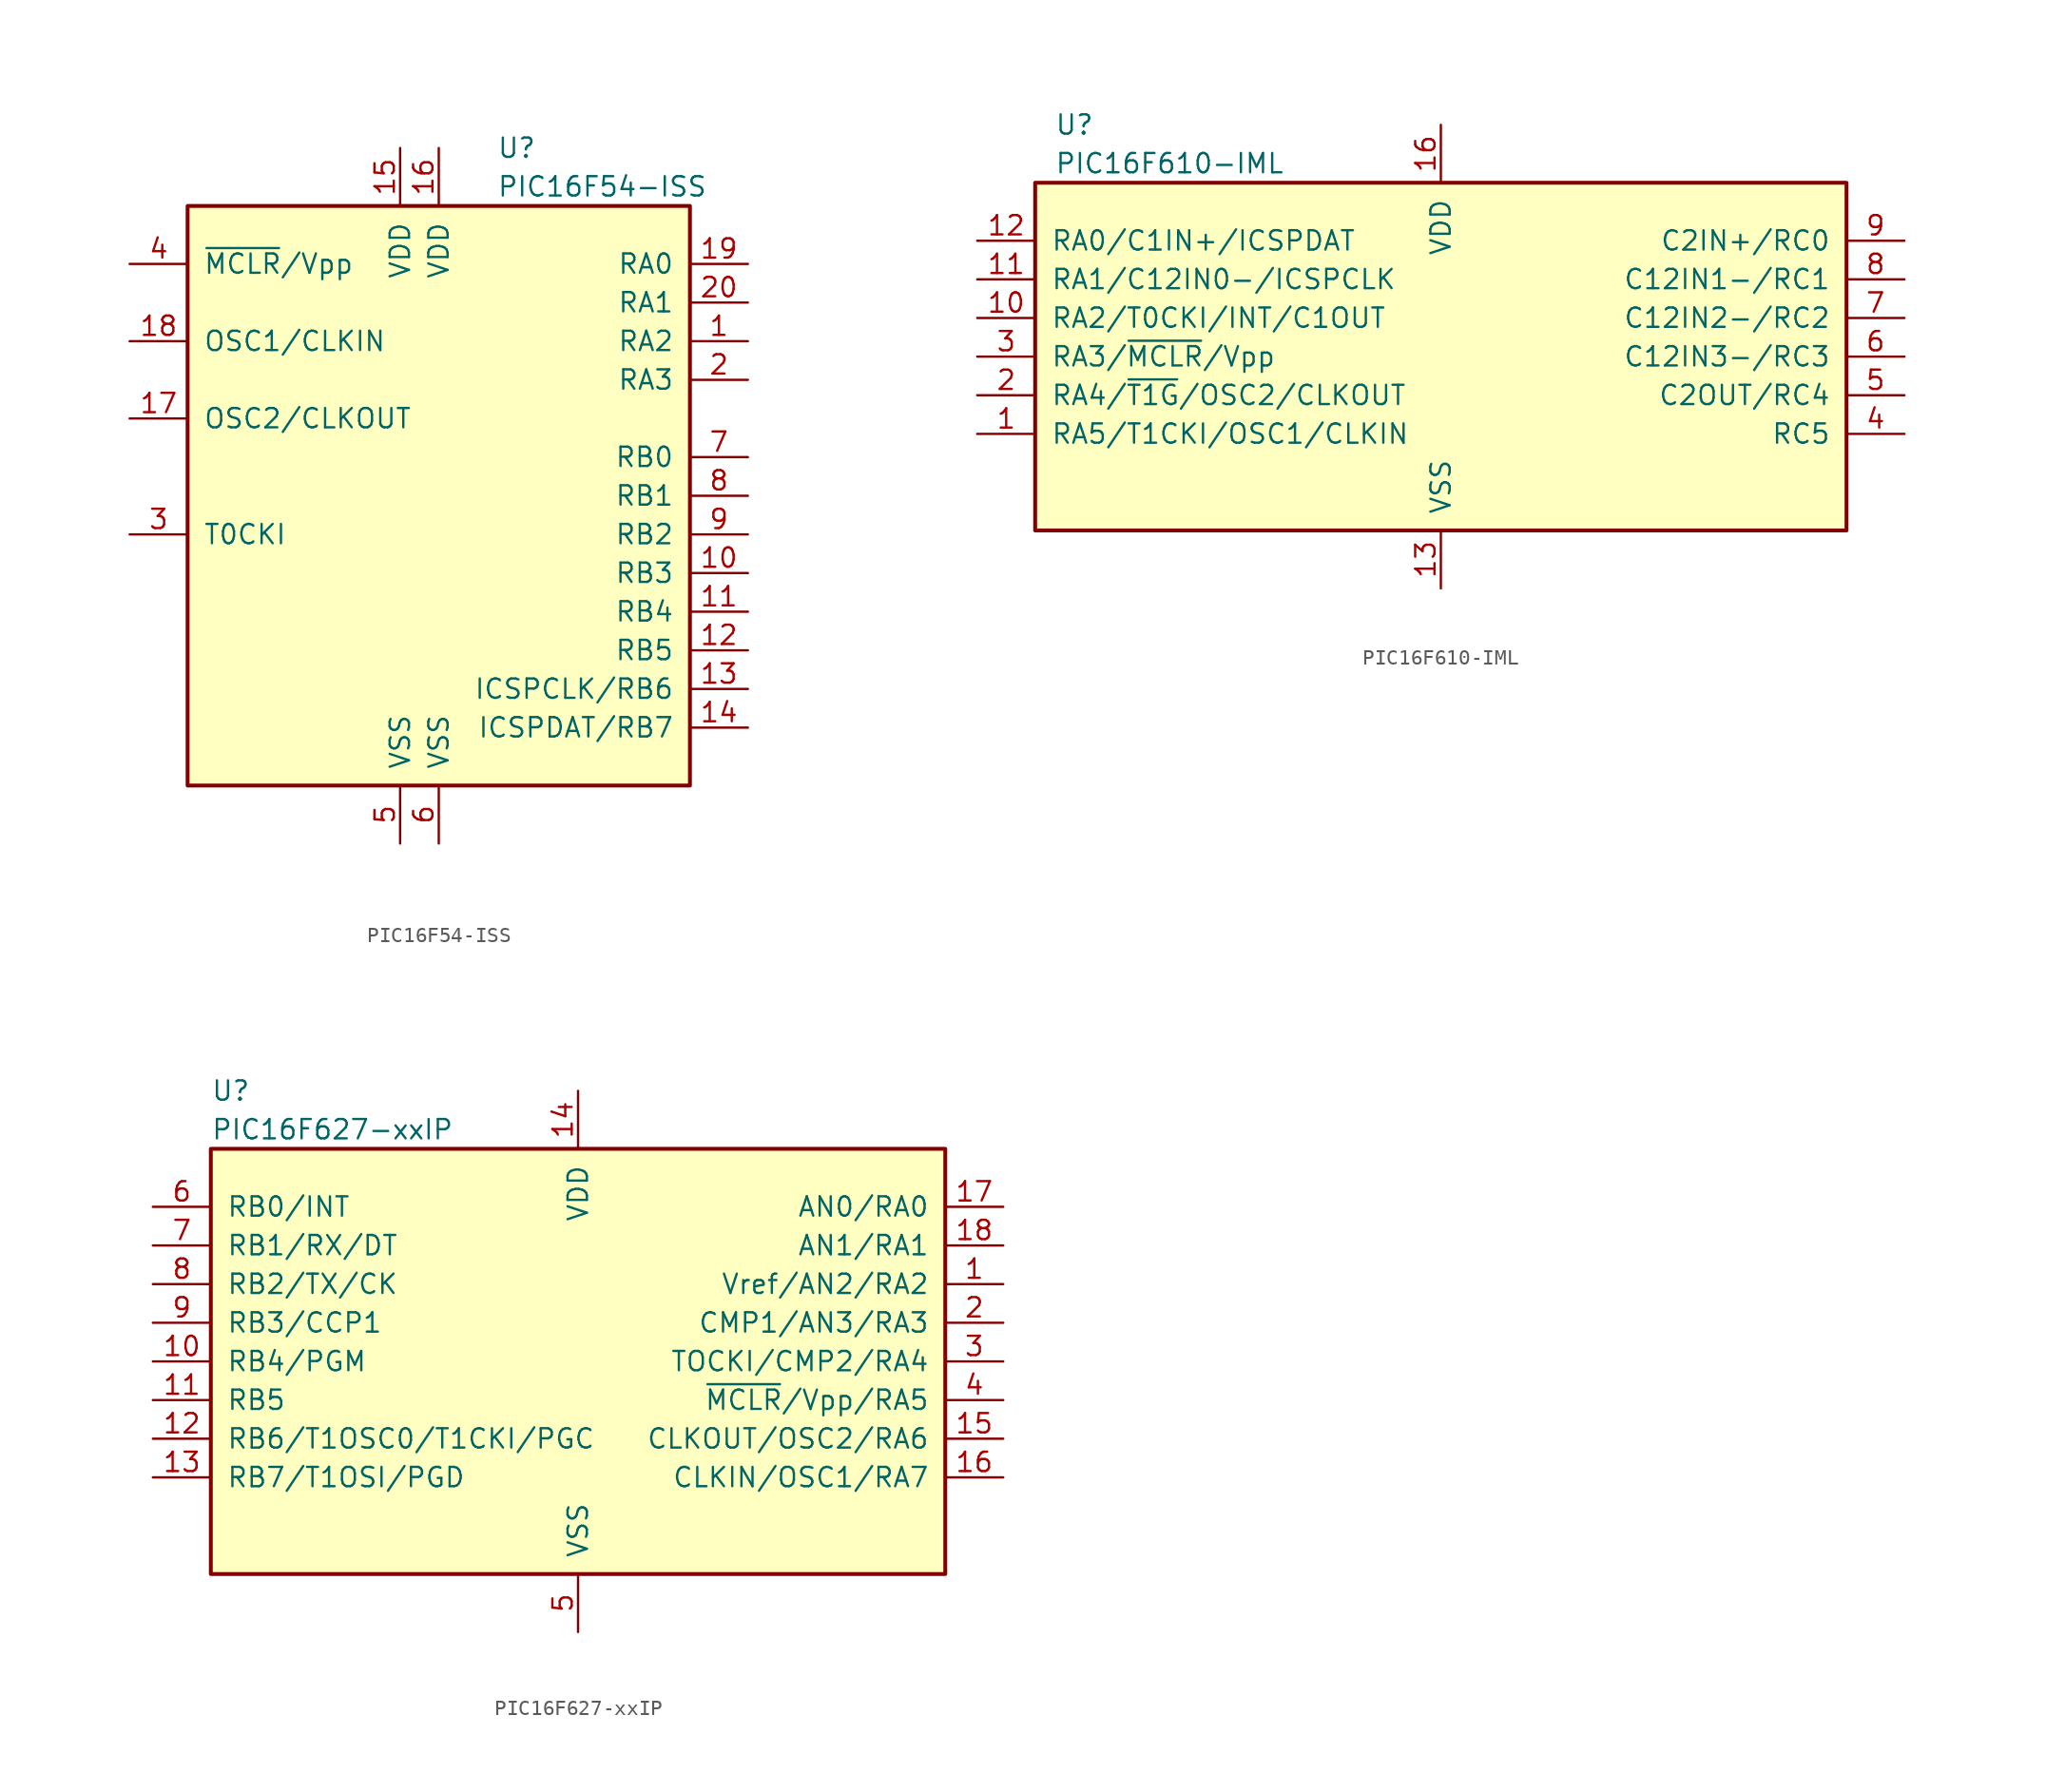
<source format=kicad_sym>
(kicad_symbol_lib
  (version 20201005)
  (generator kicad_symbol_editor)
  (symbol "PIC16F54-ISS"
    (pin_names
      (offset 1.016))
    (property "Reference" "U"
      (at 3.81 22.86 0)
      (effects (font (size 1.27 1.27)) (justify left)))
    (property "Value" "PIC16F54-ISS"
      (at 3.81 20.32 0)
      (effects (font (size 1.27 1.27)) (justify left)))
    (symbol "PIC16F54-ISS_0_1"
      (rectangle (start -16.51 19.05) (end 16.51 -19.05) (stroke (width 0.254)) (fill (type background))))
    (symbol "PIC16F54-ISS_1_1"
      (pin bidirectional line (at 20.32 10.16 180) (length 3.81) (name "RA2" (effects (font (size 1.27 1.27)))) (number "1" (effects (font (size 1.27 1.27)))))
      (pin bidirectional line (at 20.32 -5.08 180) (length 3.81) (name "RB3" (effects (font (size 1.27 1.27)))) (number "10" (effects (font (size 1.27 1.27)))))
      (pin bidirectional line (at 20.32 -7.62 180) (length 3.81) (name "RB4" (effects (font (size 1.27 1.27)))) (number "11" (effects (font (size 1.27 1.27)))))
      (pin bidirectional line (at 20.32 -10.16 180) (length 3.81) (name "RB5" (effects (font (size 1.27 1.27)))) (number "12" (effects (font (size 1.27 1.27)))))
      (pin bidirectional line (at 20.32 -12.7 180) (length 3.81) (name "ICSPCLK/RB6" (effects (font (size 1.27 1.27)))) (number "13" (effects (font (size 1.27 1.27)))))
      (pin bidirectional line (at 20.32 -15.24 180) (length 3.81) (name "ICSPDAT/RB7" (effects (font (size 1.27 1.27)))) (number "14" (effects (font (size 1.27 1.27)))))
      (pin power_in line (at -2.54 22.86 270) (length 3.81) (name "VDD" (effects (font (size 1.27 1.27)))) (number "15" (effects (font (size 1.27 1.27)))))
      (pin power_in line (at 0 22.86 270) (length 3.81) (name "VDD" (effects (font (size 1.27 1.27)))) (number "16" (effects (font (size 1.27 1.27)))))
      (pin output line (at -20.32 5.08 0) (length 3.81) (name "OSC2/CLKOUT" (effects (font (size 1.27 1.27)))) (number "17" (effects (font (size 1.27 1.27)))))
      (pin input line (at -20.32 10.16 0) (length 3.81) (name "OSC1/CLKIN" (effects (font (size 1.27 1.27)))) (number "18" (effects (font (size 1.27 1.27)))))
      (pin bidirectional line (at 20.32 15.24 180) (length 3.81) (name "RA0" (effects (font (size 1.27 1.27)))) (number "19" (effects (font (size 1.27 1.27)))))
      (pin bidirectional line (at 20.32 7.62 180) (length 3.81) (name "RA3" (effects (font (size 1.27 1.27)))) (number "2" (effects (font (size 1.27 1.27)))))
      (pin bidirectional line (at 20.32 12.7 180) (length 3.81) (name "RA1" (effects (font (size 1.27 1.27)))) (number "20" (effects (font (size 1.27 1.27)))))
      (pin input line (at -20.32 -2.54 0) (length 3.81) (name "T0CKI" (effects (font (size 1.27 1.27)))) (number "3" (effects (font (size 1.27 1.27)))))
      (pin input line (at -20.32 15.24 0) (length 3.81) (name "~MCLR~/Vpp" (effects (font (size 1.27 1.27)))) (number "4" (effects (font (size 1.27 1.27)))))
      (pin power_in line (at -2.54 -22.86 90) (length 3.81) (name "VSS" (effects (font (size 1.27 1.27)))) (number "5" (effects (font (size 1.27 1.27)))))
      (pin power_in line (at 0 -22.86 90) (length 3.81) (name "VSS" (effects (font (size 1.27 1.27)))) (number "6" (effects (font (size 1.27 1.27)))))
      (pin bidirectional line (at 20.32 2.54 180) (length 3.81) (name "RB0" (effects (font (size 1.27 1.27)))) (number "7" (effects (font (size 1.27 1.27)))))
      (pin bidirectional line (at 20.32 0 180) (length 3.81) (name "RB1" (effects (font (size 1.27 1.27)))) (number "8" (effects (font (size 1.27 1.27)))))
      (pin bidirectional line (at 20.32 -2.54 180) (length 3.81) (name "RB2" (effects (font (size 1.27 1.27)))) (number "9" (effects (font (size 1.27 1.27)))))))
  (symbol "PIC16F610-IML"
    (pin_names
      (offset 1.016))
    (property "Reference" "U"
      (at -25.4 15.24 0)
      (effects (font (size 1.27 1.27)) (justify left)))
    (property "Value" "PIC16F610-IML"
      (at -25.4 12.7 0)
      (effects (font (size 1.27 1.27)) (justify left)))
    (symbol "PIC16F610-IML_0_1"
      (rectangle (start -26.67 11.43) (end 26.67 -11.43) (stroke (width 0.254)) (fill (type background))))
    (symbol "PIC16F610-IML_1_1"
      (pin bidirectional line (at -30.48 -5.08 0) (length 3.81) (name "RA5/T1CKI/OSC1/CLKIN" (effects (font (size 1.27 1.27)))) (number "1" (effects (font (size 1.27 1.27)))))
      (pin bidirectional line (at -30.48 2.54 0) (length 3.81) (name "RA2/T0CKI/INT/C1OUT" (effects (font (size 1.27 1.27)))) (number "10" (effects (font (size 1.27 1.27)))))
      (pin bidirectional line (at -30.48 5.08 0) (length 3.81) (name "RA1/C12IN0-/ICSPCLK" (effects (font (size 1.27 1.27)))) (number "11" (effects (font (size 1.27 1.27)))))
      (pin bidirectional line (at -30.48 7.62 0) (length 3.81) (name "RA0/C1IN+/ICSPDAT" (effects (font (size 1.27 1.27)))) (number "12" (effects (font (size 1.27 1.27)))))
      (pin power_in line (at 0 -15.24 90) (length 3.81) (name "VSS" (effects (font (size 1.27 1.27)))) (number "13" (effects (font (size 1.27 1.27)))))
      (pin power_in line (at 0 15.24 270) (length 3.81) (name "VDD" (effects (font (size 1.27 1.27)))) (number "16" (effects (font (size 1.27 1.27)))))
      (pin bidirectional line (at -30.48 -2.54 0) (length 3.81) (name "RA4/~T1G~/OSC2/CLKOUT" (effects (font (size 1.27 1.27)))) (number "2" (effects (font (size 1.27 1.27)))))
      (pin input line (at -30.48 0 0) (length 3.81) (name "RA3/~MCLR~/Vpp" (effects (font (size 1.27 1.27)))) (number "3" (effects (font (size 1.27 1.27)))))
      (pin bidirectional line (at 30.48 -5.08 180) (length 3.81) (name "RC5" (effects (font (size 1.27 1.27)))) (number "4" (effects (font (size 1.27 1.27)))))
      (pin bidirectional line (at 30.48 -2.54 180) (length 3.81) (name "C2OUT/RC4" (effects (font (size 1.27 1.27)))) (number "5" (effects (font (size 1.27 1.27)))))
      (pin bidirectional line (at 30.48 0 180) (length 3.81) (name "C12IN3-/RC3" (effects (font (size 1.27 1.27)))) (number "6" (effects (font (size 1.27 1.27)))))
      (pin bidirectional line (at 30.48 2.54 180) (length 3.81) (name "C12IN2-/RC2" (effects (font (size 1.27 1.27)))) (number "7" (effects (font (size 1.27 1.27)))))
      (pin bidirectional line (at 30.48 5.08 180) (length 3.81) (name "C12IN1-/RC1" (effects (font (size 1.27 1.27)))) (number "8" (effects (font (size 1.27 1.27)))))
      (pin bidirectional line (at 30.48 7.62 180) (length 3.81) (name "C2IN+/RC0" (effects (font (size 1.27 1.27)))) (number "9" (effects (font (size 1.27 1.27)))))))
  (symbol "PIC16F627-xxIP"
    (pin_names
      (offset 1.016))
    (property "Reference" "U"
      (at -24.13 17.78 0)
      (effects (font (size 1.27 1.27)) (justify left)))
    (property "Value" "PIC16F627-xxIP"
      (at -24.13 15.24 0)
      (effects (font (size 1.27 1.27)) (justify left)))
    (symbol "PIC16F627-xxIP_0_1"
      (rectangle (start 24.13 13.97) (end -24.13 -13.97) (stroke (width 0.254)) (fill (type background))))
    (symbol "PIC16F627-xxIP_1_1"
      (pin bidirectional line (at 27.94 5.08 180) (length 3.81) (name "Vref/AN2/RA2" (effects (font (size 1.27 1.27)))) (number "1" (effects (font (size 1.27 1.27)))))
      (pin bidirectional line (at -27.94 0 0) (length 3.81) (name "RB4/PGM" (effects (font (size 1.27 1.27)))) (number "10" (effects (font (size 1.27 1.27)))))
      (pin bidirectional line (at -27.94 -2.54 0) (length 3.81) (name "RB5" (effects (font (size 1.27 1.27)))) (number "11" (effects (font (size 1.27 1.27)))))
      (pin bidirectional line (at -27.94 -5.08 0) (length 3.81) (name "RB6/T1OSC0/T1CKI/PGC" (effects (font (size 1.27 1.27)))) (number "12" (effects (font (size 1.27 1.27)))))
      (pin bidirectional line (at -27.94 -7.62 0) (length 3.81) (name "RB7/T1OSI/PGD" (effects (font (size 1.27 1.27)))) (number "13" (effects (font (size 1.27 1.27)))))
      (pin power_in line (at 0 17.78 270) (length 3.81) (name "VDD" (effects (font (size 1.27 1.27)))) (number "14" (effects (font (size 1.27 1.27)))))
      (pin bidirectional line (at 27.94 -5.08 180) (length 3.81) (name "CLKOUT/OSC2/RA6" (effects (font (size 1.27 1.27)))) (number "15" (effects (font (size 1.27 1.27)))))
      (pin bidirectional line (at 27.94 -7.62 180) (length 3.81) (name "CLKIN/OSC1/RA7" (effects (font (size 1.27 1.27)))) (number "16" (effects (font (size 1.27 1.27)))))
      (pin bidirectional line (at 27.94 10.16 180) (length 3.81) (name "AN0/RA0" (effects (font (size 1.27 1.27)))) (number "17" (effects (font (size 1.27 1.27)))))
      (pin bidirectional line (at 27.94 7.62 180) (length 3.81) (name "AN1/RA1" (effects (font (size 1.27 1.27)))) (number "18" (effects (font (size 1.27 1.27)))))
      (pin bidirectional line (at 27.94 2.54 180) (length 3.81) (name "CMP1/AN3/RA3" (effects (font (size 1.27 1.27)))) (number "2" (effects (font (size 1.27 1.27)))))
      (pin bidirectional line (at 27.94 0 180) (length 3.81) (name "TOCKI/CMP2/RA4" (effects (font (size 1.27 1.27)))) (number "3" (effects (font (size 1.27 1.27)))))
      (pin input line (at 27.94 -2.54 180) (length 3.81) (name "~MCLR~/Vpp/RA5" (effects (font (size 1.27 1.27)))) (number "4" (effects (font (size 1.27 1.27)))))
      (pin power_in line (at 0 -17.78 90) (length 3.81) (name "VSS" (effects (font (size 1.27 1.27)))) (number "5" (effects (font (size 1.27 1.27)))))
      (pin bidirectional line (at -27.94 10.16 0) (length 3.81) (name "RB0/INT" (effects (font (size 1.27 1.27)))) (number "6" (effects (font (size 1.27 1.27)))))
      (pin bidirectional line (at -27.94 7.62 0) (length 3.81) (name "RB1/RX/DT" (effects (font (size 1.27 1.27)))) (number "7" (effects (font (size 1.27 1.27)))))
      (pin bidirectional line (at -27.94 5.08 0) (length 3.81) (name "RB2/TX/CK" (effects (font (size 1.27 1.27)))) (number "8" (effects (font (size 1.27 1.27)))))
      (pin bidirectional line (at -27.94 2.54 0) (length 3.81) (name "RB3/CCP1" (effects (font (size 1.27 1.27)))) (number "9" (effects (font (size 1.27 1.27))))))))
</source>
